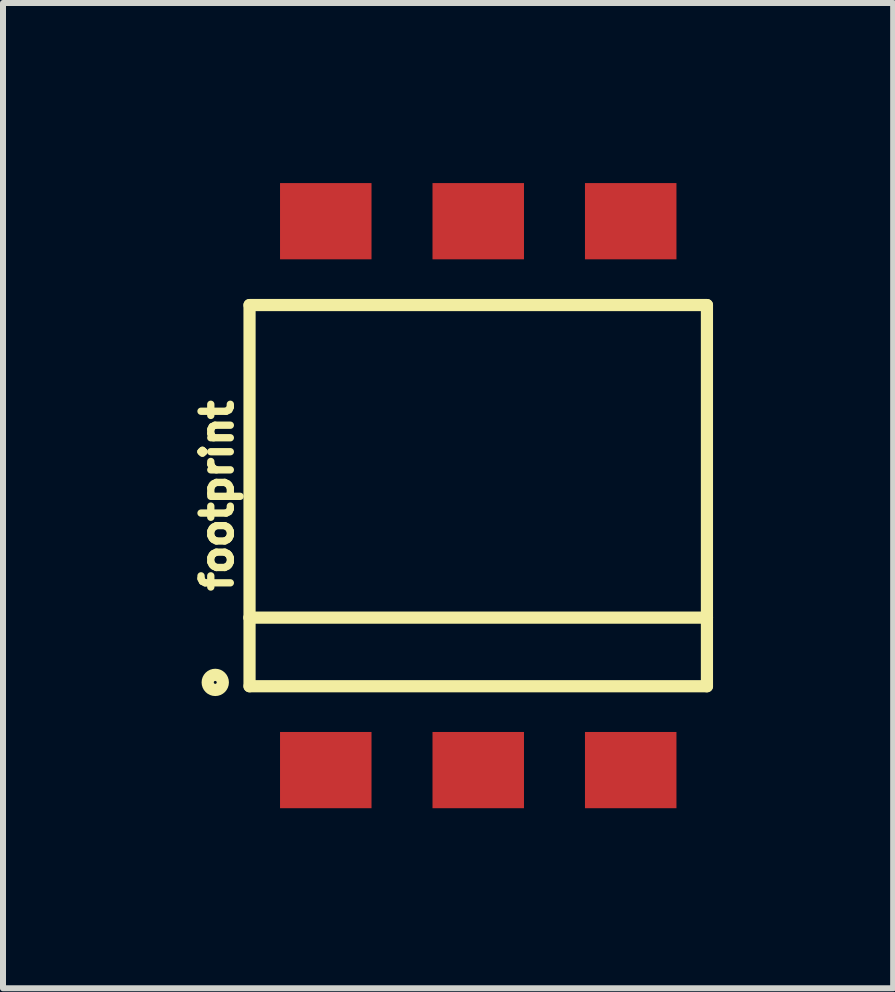
<source format=kicad_pcb>
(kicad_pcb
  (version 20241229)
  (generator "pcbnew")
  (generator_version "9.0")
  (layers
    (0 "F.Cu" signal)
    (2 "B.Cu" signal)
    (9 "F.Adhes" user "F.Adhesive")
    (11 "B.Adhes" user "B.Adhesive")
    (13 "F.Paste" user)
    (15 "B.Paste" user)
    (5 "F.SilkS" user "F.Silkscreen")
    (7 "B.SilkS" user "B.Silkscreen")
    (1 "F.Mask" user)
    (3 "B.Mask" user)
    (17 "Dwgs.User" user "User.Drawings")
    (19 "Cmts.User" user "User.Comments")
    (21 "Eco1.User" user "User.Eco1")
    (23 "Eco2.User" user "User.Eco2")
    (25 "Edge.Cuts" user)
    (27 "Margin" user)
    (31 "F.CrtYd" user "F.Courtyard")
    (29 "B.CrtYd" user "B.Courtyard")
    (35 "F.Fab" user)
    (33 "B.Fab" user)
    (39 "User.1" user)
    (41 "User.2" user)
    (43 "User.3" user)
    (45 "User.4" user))
  (footprint "footprint"
    (layer "F.Cu")
    (at 4.917 5.207)
    (property "Reference" "footprint" (at -4.064 0 90) (layer "F.SilkS") (effects (font (size 0.488 0.488) (thickness 0.122)) (justify bottom)))
    (fp_line (start -3.81 -3.175) (end 3.81 -3.175) (stroke (width 0.203) (type solid)) (layer "F.SilkS"))
    (fp_line (start -3.81 2.032) (end -3.81 -3.175) (stroke (width 0.203) (type solid)) (layer "F.SilkS"))
    (fp_line (start -3.81 2.032) (end 3.81 2.032) (stroke (width 0.203) (type solid)) (layer "F.SilkS"))
    (fp_line (start -3.81 3.175) (end -3.81 2.032) (stroke (width 0.203) (type solid)) (layer "F.SilkS"))
    (fp_line (start 3.81 -3.175) (end 3.81 2.032) (stroke (width 0.203) (type solid)) (layer "F.SilkS"))
    (fp_line (start 3.81 2.032) (end 3.81 3.175) (stroke (width 0.203) (type solid)) (layer "F.SilkS"))
    (fp_line (start 3.81 3.175) (end -3.81 3.175) (stroke (width 0.203) (type solid)) (layer "F.SilkS"))
    (fp_circle (center -4.381 3.111) (end -4.255 3.111) (stroke (width 0.203) (type solid)) (fill no) (layer "F.SilkS"))
    (pad "1" smd rect (at -2.54 4.572) (size 1.524 1.27) (layers "F.Cu" "F.Mask" "F.Paste"))
    (pad "2" smd rect (at 0 4.572) (size 1.524 1.27) (layers "F.Cu" "F.Mask" "F.Paste"))
    (pad "3" smd rect (at 2.54 4.572) (size 1.524 1.27) (layers "F.Cu" "F.Mask" "F.Paste"))
    (pad "4" smd rect (at 2.54 -4.572) (size 1.524 1.27) (layers "F.Cu" "F.Mask" "F.Paste"))
    (pad "5" smd rect (at 0 -4.572) (size 1.524 1.27) (layers "F.Cu" "F.Mask" "F.Paste"))
    (pad "6" smd rect (at -2.54 -4.572) (size 1.524 1.27) (layers "F.Cu" "F.Mask" "F.Paste")))
  (gr_rect
    (start -3 -3)
    (end 11.829 13.414)
    (stroke (width 0.1) (type default))
    (fill no)
    (layer "Edge.Cuts")))
</source>
